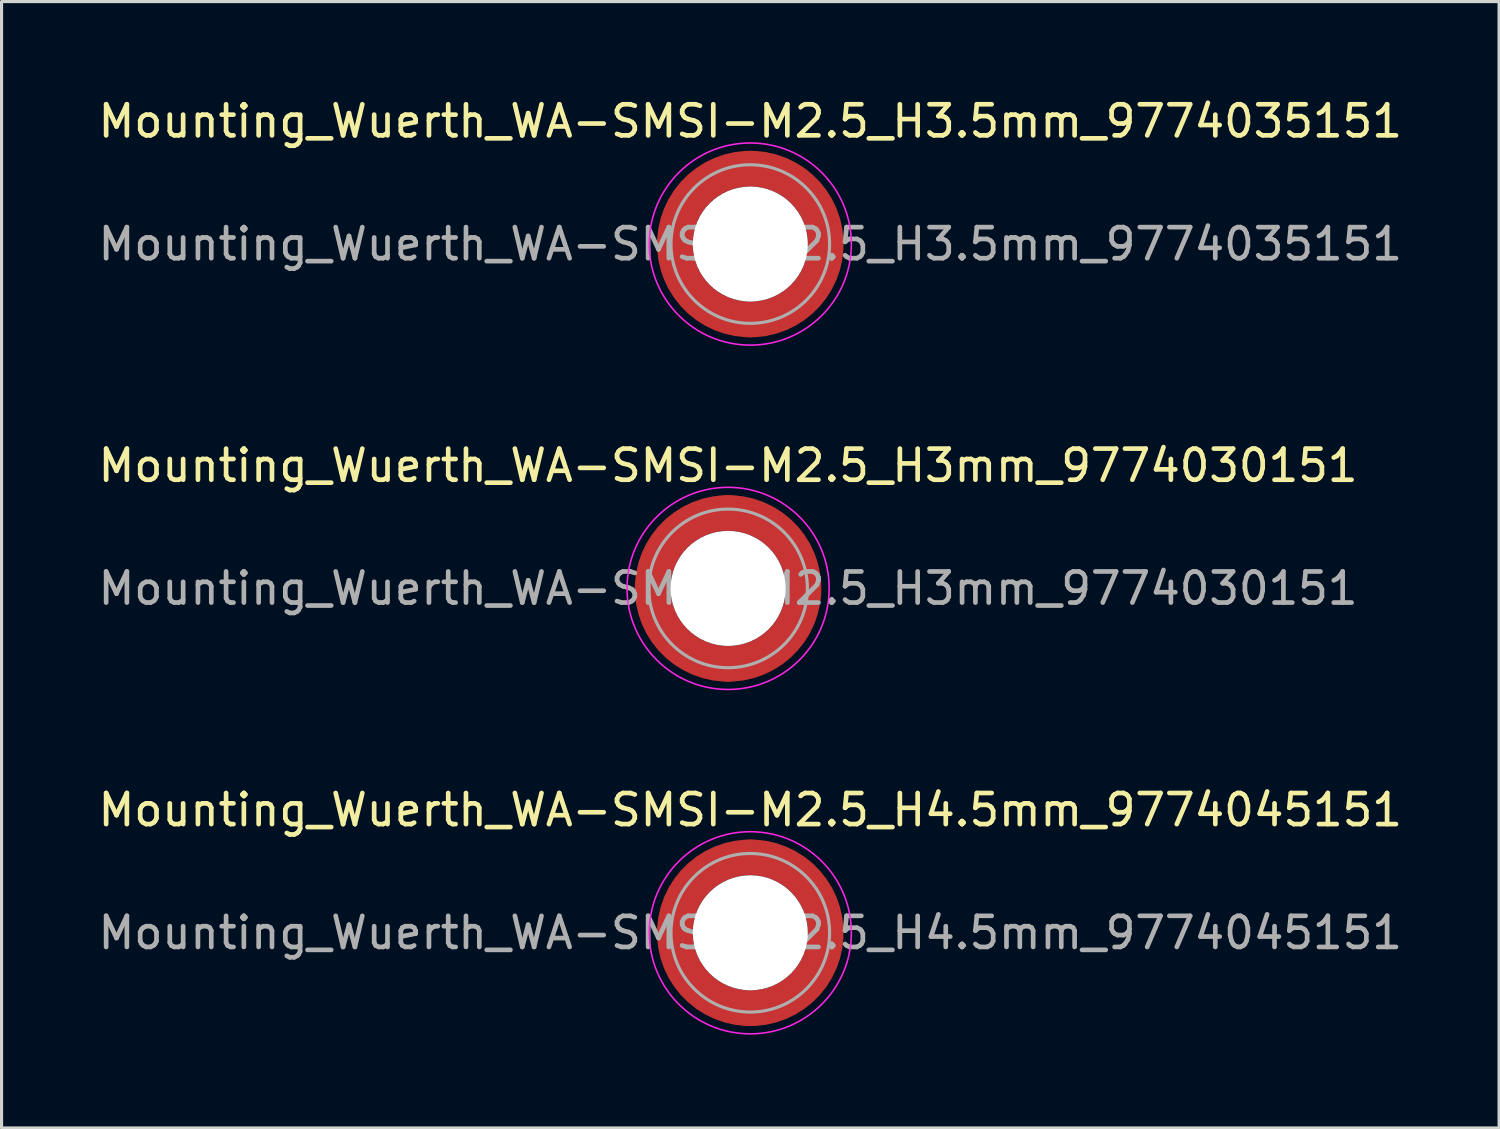
<source format=kicad_pcb>
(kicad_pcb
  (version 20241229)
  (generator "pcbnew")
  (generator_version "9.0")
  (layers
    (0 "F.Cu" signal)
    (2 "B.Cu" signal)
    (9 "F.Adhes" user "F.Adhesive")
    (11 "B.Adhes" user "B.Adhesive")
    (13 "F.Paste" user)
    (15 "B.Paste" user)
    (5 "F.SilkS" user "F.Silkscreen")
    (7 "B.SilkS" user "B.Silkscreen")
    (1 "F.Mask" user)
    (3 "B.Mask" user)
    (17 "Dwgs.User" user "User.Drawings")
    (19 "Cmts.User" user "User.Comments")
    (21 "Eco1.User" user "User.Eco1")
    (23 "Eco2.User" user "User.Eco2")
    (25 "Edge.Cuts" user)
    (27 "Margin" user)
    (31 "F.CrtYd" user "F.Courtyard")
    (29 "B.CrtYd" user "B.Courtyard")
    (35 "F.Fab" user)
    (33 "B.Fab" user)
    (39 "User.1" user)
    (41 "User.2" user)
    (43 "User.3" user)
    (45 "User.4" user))
  (footprint "Mounting_Wuerth_WA-SMSI-M2.5_H3mm_9774030151"
    (layer "F.Cu")
    (at 20.363 15.871)
    (property "Reference" "Mounting_Wuerth_WA-SMSI-M2.5_H3mm_9774030151" (at 0 -3.95 0) (layer "F.SilkS") (effects (font (size 1 1) (thickness 0.15))))
    (attr smd)
    (fp_circle (center 0 0) (end 3.25 0) (stroke (width 0.05) (type solid)) (fill no) (layer "F.CrtYd"))
    (fp_circle (center 0 0) (end 2.55 0) (stroke (width 0.1) (type solid)) (fill no) (layer "F.Fab"))
    (fp_text user "${REFERENCE}" (at 0 0 0) (layer "F.Fab") (effects (font (size 1 1) (thickness 0.15))))
    (pad "" smd custom (at -1.704 -1.704) (size 0.51 0.51) (layers "F.Paste") (options (anchor circle)) (primitives (gr_arc (start -0.250195 1.279127) (mid 0.289914 0.289914) (end 1.279127 -0.250195) (width 0.2)) (gr_arc (start -0.34334 1.279127) (mid 0.225488 0.225488) (end 1.279127 -0.34334) (width 0.2)) (gr_arc (start -0.436309 1.279127) (mid 0.161063 0.161063) (end 1.279127 -0.436309) (width 0.2)) (gr_arc (start -0.529126 1.279127) (mid 0.096638 0.096638) (end 1.279127 -0.529126) (width 0.2)) (gr_arc (start -0.621807 1.279127) (mid 0.032213 0.032213) (end 1.279127 -0.621807) (width 0.2)) (gr_arc (start -0.71437 1.279127) (mid -0.032213 -0.032213) (end 1.279127 -0.71437) (width 0.2)) (gr_arc (start -0.806826 1.279127) (mid -0.096638 -0.096638) (end 1.279127 -0.806826) (width 0.2)) (gr_arc (start -0.899187 1.279127) (mid -0.161063 -0.161063) (end 1.279127 -0.899187) (width 0.2)) (gr_arc (start -0.991463 1.279127) (mid -0.225488 -0.225488) (end 1.279127 -0.991463) (width 0.2)) (gr_arc (start -1.083663 1.279127) (mid -0.289914 -0.289914) (end 1.279127 -1.083663) (width 0.2)) (gr_line (start 1.279 -0.25) (end 1.279 -1.084) (width 0.2)) (gr_line (start -0.25 1.279) (end -1.084 1.279) (width 0.2))))
    (pad "" smd custom (at -1.704 1.704) (size 0.51 0.51) (layers "F.Paste") (options (anchor circle)) (primitives (gr_arc (start 1.279127 0.250195) (mid 0.289914 -0.289914) (end -0.250195 -1.279127) (width 0.2)) (gr_arc (start 1.279127 0.34334) (mid 0.225488 -0.225488) (end -0.34334 -1.279127) (width 0.2)) (gr_arc (start 1.279127 0.436309) (mid 0.161063 -0.161063) (end -0.436309 -1.279127) (width 0.2)) (gr_arc (start 1.279127 0.529126) (mid 0.096638 -0.096638) (end -0.529126 -1.279127) (width 0.2)) (gr_arc (start 1.279127 0.621807) (mid 0.032213 -0.032213) (end -0.621807 -1.279127) (width 0.2)) (gr_arc (start 1.279127 0.71437) (mid -0.032213 0.032213) (end -0.71437 -1.279127) (width 0.2)) (gr_arc (start 1.279127 0.806826) (mid -0.096638 0.096638) (end -0.806826 -1.279127) (width 0.2)) (gr_arc (start 1.279127 0.899187) (mid -0.161063 0.161063) (end -0.899187 -1.279127) (width 0.2)) (gr_arc (start 1.279127 0.991463) (mid -0.225488 0.225488) (end -0.991463 -1.279127) (width 0.2)) (gr_arc (start 1.279127 1.083663) (mid -0.289914 0.289914) (end -1.083663 -1.279127) (width 0.2)) (gr_line (start -0.25 -1.279) (end -1.084 -1.279) (width 0.2)) (gr_line (start 1.279 0.25) (end 1.279 1.084) (width 0.2))))
    (pad "" np_thru_hole circle (at 0 0) (size 3.7 3.7) (drill 3.7) (layers "*.Cu" "*.Mask"))
    (pad "" smd custom (at 1.704 -1.704) (size 0.51 0.51) (layers "F.Paste") (options (anchor circle)) (primitives (gr_arc (start -1.279127 -0.250195) (mid -0.289914 0.289914) (end 0.250195 1.279127) (width 0.2)) (gr_arc (start -1.279127 -0.34334) (mid -0.225488 0.225488) (end 0.34334 1.279127) (width 0.2)) (gr_arc (start -1.279127 -0.436309) (mid -0.161063 0.161063) (end 0.436309 1.279127) (width 0.2)) (gr_arc (start -1.279127 -0.529126) (mid -0.096638 0.096638) (end 0.529126 1.279127) (width 0.2)) (gr_arc (start -1.279127 -0.621807) (mid -0.032213 0.032213) (end 0.621807 1.279127) (width 0.2)) (gr_arc (start -1.279127 -0.71437) (mid 0.032213 -0.032213) (end 0.71437 1.279127) (width 0.2)) (gr_arc (start -1.279127 -0.806826) (mid 0.096638 -0.096638) (end 0.806826 1.279127) (width 0.2)) (gr_arc (start -1.279127 -0.899187) (mid 0.161063 -0.161063) (end 0.899187 1.279127) (width 0.2)) (gr_arc (start -1.279127 -0.991463) (mid 0.225488 -0.225488) (end 0.991463 1.279127) (width 0.2)) (gr_arc (start -1.279127 -1.083663) (mid 0.289914 -0.289914) (end 1.083663 1.279127) (width 0.2)) (gr_line (start 0.25 1.279) (end 1.084 1.279) (width 0.2)) (gr_line (start -1.279 -0.25) (end -1.279 -1.084) (width 0.2))))
    (pad "" smd custom (at 1.704 1.704) (size 0.51 0.51) (layers "F.Paste") (options (anchor circle)) (primitives (gr_arc (start 0.250195 -1.279127) (mid -0.289914 -0.289914) (end -1.279127 0.250195) (width 0.2)) (gr_arc (start 0.34334 -1.279127) (mid -0.225488 -0.225488) (end -1.279127 0.34334) (width 0.2)) (gr_arc (start 0.436309 -1.279127) (mid -0.161063 -0.161063) (end -1.279127 0.436309) (width 0.2)) (gr_arc (start 0.529126 -1.279127) (mid -0.096638 -0.096638) (end -1.279127 0.529126) (width 0.2)) (gr_arc (start 0.621807 -1.279127) (mid -0.032213 -0.032213) (end -1.279127 0.621807) (width 0.2)) (gr_arc (start 0.71437 -1.279127) (mid 0.032213 0.032213) (end -1.279127 0.71437) (width 0.2)) (gr_arc (start 0.806826 -1.279127) (mid 0.096638 0.096638) (end -1.279127 0.806826) (width 0.2)) (gr_arc (start 0.899187 -1.279127) (mid 0.161063 0.161063) (end -1.279127 0.899187) (width 0.2)) (gr_arc (start 0.991463 -1.279127) (mid 0.225488 0.225488) (end -1.279127 0.991463) (width 0.2)) (gr_arc (start 1.083663 -1.279127) (mid 0.289914 0.289914) (end -1.279127 1.083663) (width 0.2)) (gr_line (start -1.279 0.25) (end -1.279 1.084) (width 0.2)) (gr_line (start 0.25 -1.279) (end 1.084 -1.279) (width 0.2))))
    (pad "1" smd circle (at -2.425 0) (size 1.15 1.15) (layers "F.Cu"))
    (pad "1" smd circle (at 0 -2.425) (size 1.15 1.15) (layers "F.Cu"))
    (pad "1" smd circle (at 0 2.425) (size 1.15 1.15) (layers "F.Cu"))
    (pad "1" smd custom (at 2.425 0) (size 1.15 1.15) (layers "F.Cu" "F.Mask") (options (anchor circle)) (primitives (gr_circle (center -2.425 0) (end 0 0) (width 1.15) (fill no)))))
  (footprint "Mounting_Wuerth_WA-SMSI-M2.5_H4.5mm_9774045151"
    (layer "F.Cu")
    (at 21.077 26.945)
    (property "Reference" "Mounting_Wuerth_WA-SMSI-M2.5_H4.5mm_9774045151" (at 0 -3.95 0) (layer "F.SilkS") (effects (font (size 1 1) (thickness 0.15))))
    (attr smd)
    (fp_circle (center 0 0) (end 3.25 0) (stroke (width 0.05) (type solid)) (fill no) (layer "F.CrtYd"))
    (fp_circle (center 0 0) (end 2.55 0) (stroke (width 0.1) (type solid)) (fill no) (layer "F.Fab"))
    (fp_text user "${REFERENCE}" (at 0 0 0) (layer "F.Fab") (effects (font (size 1 1) (thickness 0.15))))
    (pad "" smd custom (at -1.704 -1.704) (size 0.51 0.51) (layers "F.Paste") (options (anchor circle)) (primitives (gr_arc (start -0.250195 1.279127) (mid 0.289914 0.289914) (end 1.279127 -0.250195) (width 0.2)) (gr_arc (start -0.34334 1.279127) (mid 0.225488 0.225488) (end 1.279127 -0.34334) (width 0.2)) (gr_arc (start -0.436309 1.279127) (mid 0.161063 0.161063) (end 1.279127 -0.436309) (width 0.2)) (gr_arc (start -0.529126 1.279127) (mid 0.096638 0.096638) (end 1.279127 -0.529126) (width 0.2)) (gr_arc (start -0.621807 1.279127) (mid 0.032213 0.032213) (end 1.279127 -0.621807) (width 0.2)) (gr_arc (start -0.71437 1.279127) (mid -0.032213 -0.032213) (end 1.279127 -0.71437) (width 0.2)) (gr_arc (start -0.806826 1.279127) (mid -0.096638 -0.096638) (end 1.279127 -0.806826) (width 0.2)) (gr_arc (start -0.899187 1.279127) (mid -0.161063 -0.161063) (end 1.279127 -0.899187) (width 0.2)) (gr_arc (start -0.991463 1.279127) (mid -0.225488 -0.225488) (end 1.279127 -0.991463) (width 0.2)) (gr_arc (start -1.083663 1.279127) (mid -0.289914 -0.289914) (end 1.279127 -1.083663) (width 0.2)) (gr_line (start 1.279 -0.25) (end 1.279 -1.084) (width 0.2)) (gr_line (start -0.25 1.279) (end -1.084 1.279) (width 0.2))))
    (pad "" smd custom (at -1.704 1.704) (size 0.51 0.51) (layers "F.Paste") (options (anchor circle)) (primitives (gr_arc (start 1.279127 0.250195) (mid 0.289914 -0.289914) (end -0.250195 -1.279127) (width 0.2)) (gr_arc (start 1.279127 0.34334) (mid 0.225488 -0.225488) (end -0.34334 -1.279127) (width 0.2)) (gr_arc (start 1.279127 0.436309) (mid 0.161063 -0.161063) (end -0.436309 -1.279127) (width 0.2)) (gr_arc (start 1.279127 0.529126) (mid 0.096638 -0.096638) (end -0.529126 -1.279127) (width 0.2)) (gr_arc (start 1.279127 0.621807) (mid 0.032213 -0.032213) (end -0.621807 -1.279127) (width 0.2)) (gr_arc (start 1.279127 0.71437) (mid -0.032213 0.032213) (end -0.71437 -1.279127) (width 0.2)) (gr_arc (start 1.279127 0.806826) (mid -0.096638 0.096638) (end -0.806826 -1.279127) (width 0.2)) (gr_arc (start 1.279127 0.899187) (mid -0.161063 0.161063) (end -0.899187 -1.279127) (width 0.2)) (gr_arc (start 1.279127 0.991463) (mid -0.225488 0.225488) (end -0.991463 -1.279127) (width 0.2)) (gr_arc (start 1.279127 1.083663) (mid -0.289914 0.289914) (end -1.083663 -1.279127) (width 0.2)) (gr_line (start -0.25 -1.279) (end -1.084 -1.279) (width 0.2)) (gr_line (start 1.279 0.25) (end 1.279 1.084) (width 0.2))))
    (pad "" np_thru_hole circle (at 0 0) (size 3.7 3.7) (drill 3.7) (layers "*.Cu" "*.Mask"))
    (pad "" smd custom (at 1.704 -1.704) (size 0.51 0.51) (layers "F.Paste") (options (anchor circle)) (primitives (gr_arc (start -1.279127 -0.250195) (mid -0.289914 0.289914) (end 0.250195 1.279127) (width 0.2)) (gr_arc (start -1.279127 -0.34334) (mid -0.225488 0.225488) (end 0.34334 1.279127) (width 0.2)) (gr_arc (start -1.279127 -0.436309) (mid -0.161063 0.161063) (end 0.436309 1.279127) (width 0.2)) (gr_arc (start -1.279127 -0.529126) (mid -0.096638 0.096638) (end 0.529126 1.279127) (width 0.2)) (gr_arc (start -1.279127 -0.621807) (mid -0.032213 0.032213) (end 0.621807 1.279127) (width 0.2)) (gr_arc (start -1.279127 -0.71437) (mid 0.032213 -0.032213) (end 0.71437 1.279127) (width 0.2)) (gr_arc (start -1.279127 -0.806826) (mid 0.096638 -0.096638) (end 0.806826 1.279127) (width 0.2)) (gr_arc (start -1.279127 -0.899187) (mid 0.161063 -0.161063) (end 0.899187 1.279127) (width 0.2)) (gr_arc (start -1.279127 -0.991463) (mid 0.225488 -0.225488) (end 0.991463 1.279127) (width 0.2)) (gr_arc (start -1.279127 -1.083663) (mid 0.289914 -0.289914) (end 1.083663 1.279127) (width 0.2)) (gr_line (start 0.25 1.279) (end 1.084 1.279) (width 0.2)) (gr_line (start -1.279 -0.25) (end -1.279 -1.084) (width 0.2))))
    (pad "" smd custom (at 1.704 1.704) (size 0.51 0.51) (layers "F.Paste") (options (anchor circle)) (primitives (gr_arc (start 0.250195 -1.279127) (mid -0.289914 -0.289914) (end -1.279127 0.250195) (width 0.2)) (gr_arc (start 0.34334 -1.279127) (mid -0.225488 -0.225488) (end -1.279127 0.34334) (width 0.2)) (gr_arc (start 0.436309 -1.279127) (mid -0.161063 -0.161063) (end -1.279127 0.436309) (width 0.2)) (gr_arc (start 0.529126 -1.279127) (mid -0.096638 -0.096638) (end -1.279127 0.529126) (width 0.2)) (gr_arc (start 0.621807 -1.279127) (mid -0.032213 -0.032213) (end -1.279127 0.621807) (width 0.2)) (gr_arc (start 0.71437 -1.279127) (mid 0.032213 0.032213) (end -1.279127 0.71437) (width 0.2)) (gr_arc (start 0.806826 -1.279127) (mid 0.096638 0.096638) (end -1.279127 0.806826) (width 0.2)) (gr_arc (start 0.899187 -1.279127) (mid 0.161063 0.161063) (end -1.279127 0.899187) (width 0.2)) (gr_arc (start 0.991463 -1.279127) (mid 0.225488 0.225488) (end -1.279127 0.991463) (width 0.2)) (gr_arc (start 1.083663 -1.279127) (mid 0.289914 0.289914) (end -1.279127 1.083663) (width 0.2)) (gr_line (start -1.279 0.25) (end -1.279 1.084) (width 0.2)) (gr_line (start 0.25 -1.279) (end 1.084 -1.279) (width 0.2))))
    (pad "1" smd circle (at -2.425 0) (size 1.15 1.15) (layers "F.Cu"))
    (pad "1" smd circle (at 0 -2.425) (size 1.15 1.15) (layers "F.Cu"))
    (pad "1" smd circle (at 0 2.425) (size 1.15 1.15) (layers "F.Cu"))
    (pad "1" smd custom (at 2.425 0) (size 1.15 1.15) (layers "F.Cu" "F.Mask") (options (anchor circle)) (primitives (gr_circle (center -2.425 0) (end 0 0) (width 1.15) (fill no)))))
  (footprint "Mounting_Wuerth_WA-SMSI-M2.5_H3.5mm_9774035151"
    (layer "F.Cu")
    (at 21.077 4.798)
    (property "Reference" "Mounting_Wuerth_WA-SMSI-M2.5_H3.5mm_9774035151" (at 0 -3.95 0) (layer "F.SilkS") (effects (font (size 1 1) (thickness 0.15))))
    (attr smd)
    (fp_circle (center 0 0) (end 3.25 0) (stroke (width 0.05) (type solid)) (fill no) (layer "F.CrtYd"))
    (fp_circle (center 0 0) (end 2.55 0) (stroke (width 0.1) (type solid)) (fill no) (layer "F.Fab"))
    (fp_text user "${REFERENCE}" (at 0 0 0) (layer "F.Fab") (effects (font (size 1 1) (thickness 0.15))))
    (pad "" smd custom (at -1.704 -1.704) (size 0.51 0.51) (layers "F.Paste") (options (anchor circle)) (primitives (gr_arc (start -0.250195 1.279127) (mid 0.289914 0.289914) (end 1.279127 -0.250195) (width 0.2)) (gr_arc (start -0.34334 1.279127) (mid 0.225488 0.225488) (end 1.279127 -0.34334) (width 0.2)) (gr_arc (start -0.436309 1.279127) (mid 0.161063 0.161063) (end 1.279127 -0.436309) (width 0.2)) (gr_arc (start -0.529126 1.279127) (mid 0.096638 0.096638) (end 1.279127 -0.529126) (width 0.2)) (gr_arc (start -0.621807 1.279127) (mid 0.032213 0.032213) (end 1.279127 -0.621807) (width 0.2)) (gr_arc (start -0.71437 1.279127) (mid -0.032213 -0.032213) (end 1.279127 -0.71437) (width 0.2)) (gr_arc (start -0.806826 1.279127) (mid -0.096638 -0.096638) (end 1.279127 -0.806826) (width 0.2)) (gr_arc (start -0.899187 1.279127) (mid -0.161063 -0.161063) (end 1.279127 -0.899187) (width 0.2)) (gr_arc (start -0.991463 1.279127) (mid -0.225488 -0.225488) (end 1.279127 -0.991463) (width 0.2)) (gr_arc (start -1.083663 1.279127) (mid -0.289914 -0.289914) (end 1.279127 -1.083663) (width 0.2)) (gr_line (start 1.279 -0.25) (end 1.279 -1.084) (width 0.2)) (gr_line (start -0.25 1.279) (end -1.084 1.279) (width 0.2))))
    (pad "" smd custom (at -1.704 1.704) (size 0.51 0.51) (layers "F.Paste") (options (anchor circle)) (primitives (gr_arc (start 1.279127 0.250195) (mid 0.289914 -0.289914) (end -0.250195 -1.279127) (width 0.2)) (gr_arc (start 1.279127 0.34334) (mid 0.225488 -0.225488) (end -0.34334 -1.279127) (width 0.2)) (gr_arc (start 1.279127 0.436309) (mid 0.161063 -0.161063) (end -0.436309 -1.279127) (width 0.2)) (gr_arc (start 1.279127 0.529126) (mid 0.096638 -0.096638) (end -0.529126 -1.279127) (width 0.2)) (gr_arc (start 1.279127 0.621807) (mid 0.032213 -0.032213) (end -0.621807 -1.279127) (width 0.2)) (gr_arc (start 1.279127 0.71437) (mid -0.032213 0.032213) (end -0.71437 -1.279127) (width 0.2)) (gr_arc (start 1.279127 0.806826) (mid -0.096638 0.096638) (end -0.806826 -1.279127) (width 0.2)) (gr_arc (start 1.279127 0.899187) (mid -0.161063 0.161063) (end -0.899187 -1.279127) (width 0.2)) (gr_arc (start 1.279127 0.991463) (mid -0.225488 0.225488) (end -0.991463 -1.279127) (width 0.2)) (gr_arc (start 1.279127 1.083663) (mid -0.289914 0.289914) (end -1.083663 -1.279127) (width 0.2)) (gr_line (start -0.25 -1.279) (end -1.084 -1.279) (width 0.2)) (gr_line (start 1.279 0.25) (end 1.279 1.084) (width 0.2))))
    (pad "" np_thru_hole circle (at 0 0) (size 3.7 3.7) (drill 3.7) (layers "*.Cu" "*.Mask"))
    (pad "" smd custom (at 1.704 -1.704) (size 0.51 0.51) (layers "F.Paste") (options (anchor circle)) (primitives (gr_arc (start -1.279127 -0.250195) (mid -0.289914 0.289914) (end 0.250195 1.279127) (width 0.2)) (gr_arc (start -1.279127 -0.34334) (mid -0.225488 0.225488) (end 0.34334 1.279127) (width 0.2)) (gr_arc (start -1.279127 -0.436309) (mid -0.161063 0.161063) (end 0.436309 1.279127) (width 0.2)) (gr_arc (start -1.279127 -0.529126) (mid -0.096638 0.096638) (end 0.529126 1.279127) (width 0.2)) (gr_arc (start -1.279127 -0.621807) (mid -0.032213 0.032213) (end 0.621807 1.279127) (width 0.2)) (gr_arc (start -1.279127 -0.71437) (mid 0.032213 -0.032213) (end 0.71437 1.279127) (width 0.2)) (gr_arc (start -1.279127 -0.806826) (mid 0.096638 -0.096638) (end 0.806826 1.279127) (width 0.2)) (gr_arc (start -1.279127 -0.899187) (mid 0.161063 -0.161063) (end 0.899187 1.279127) (width 0.2)) (gr_arc (start -1.279127 -0.991463) (mid 0.225488 -0.225488) (end 0.991463 1.279127) (width 0.2)) (gr_arc (start -1.279127 -1.083663) (mid 0.289914 -0.289914) (end 1.083663 1.279127) (width 0.2)) (gr_line (start 0.25 1.279) (end 1.084 1.279) (width 0.2)) (gr_line (start -1.279 -0.25) (end -1.279 -1.084) (width 0.2))))
    (pad "" smd custom (at 1.704 1.704) (size 0.51 0.51) (layers "F.Paste") (options (anchor circle)) (primitives (gr_arc (start 0.250195 -1.279127) (mid -0.289914 -0.289914) (end -1.279127 0.250195) (width 0.2)) (gr_arc (start 0.34334 -1.279127) (mid -0.225488 -0.225488) (end -1.279127 0.34334) (width 0.2)) (gr_arc (start 0.436309 -1.279127) (mid -0.161063 -0.161063) (end -1.279127 0.436309) (width 0.2)) (gr_arc (start 0.529126 -1.279127) (mid -0.096638 -0.096638) (end -1.279127 0.529126) (width 0.2)) (gr_arc (start 0.621807 -1.279127) (mid -0.032213 -0.032213) (end -1.279127 0.621807) (width 0.2)) (gr_arc (start 0.71437 -1.279127) (mid 0.032213 0.032213) (end -1.279127 0.71437) (width 0.2)) (gr_arc (start 0.806826 -1.279127) (mid 0.096638 0.096638) (end -1.279127 0.806826) (width 0.2)) (gr_arc (start 0.899187 -1.279127) (mid 0.161063 0.161063) (end -1.279127 0.899187) (width 0.2)) (gr_arc (start 0.991463 -1.279127) (mid 0.225488 0.225488) (end -1.279127 0.991463) (width 0.2)) (gr_arc (start 1.083663 -1.279127) (mid 0.289914 0.289914) (end -1.279127 1.083663) (width 0.2)) (gr_line (start -1.279 0.25) (end -1.279 1.084) (width 0.2)) (gr_line (start 0.25 -1.279) (end 1.084 -1.279) (width 0.2))))
    (pad "1" smd circle (at -2.425 0) (size 1.15 1.15) (layers "F.Cu"))
    (pad "1" smd circle (at 0 -2.425) (size 1.15 1.15) (layers "F.Cu"))
    (pad "1" smd circle (at 0 2.425) (size 1.15 1.15) (layers "F.Cu"))
    (pad "1" smd custom (at 2.425 0) (size 1.15 1.15) (layers "F.Cu" "F.Mask") (options (anchor circle)) (primitives (gr_circle (center -2.425 0) (end 0 0) (width 1.15) (fill no)))))
  (gr_rect
    (start -3 -3)
    (end 45.155 33.22)
    (stroke (width 0.1) (type default))
    (fill no)
    (layer "Edge.Cuts")))
</source>
